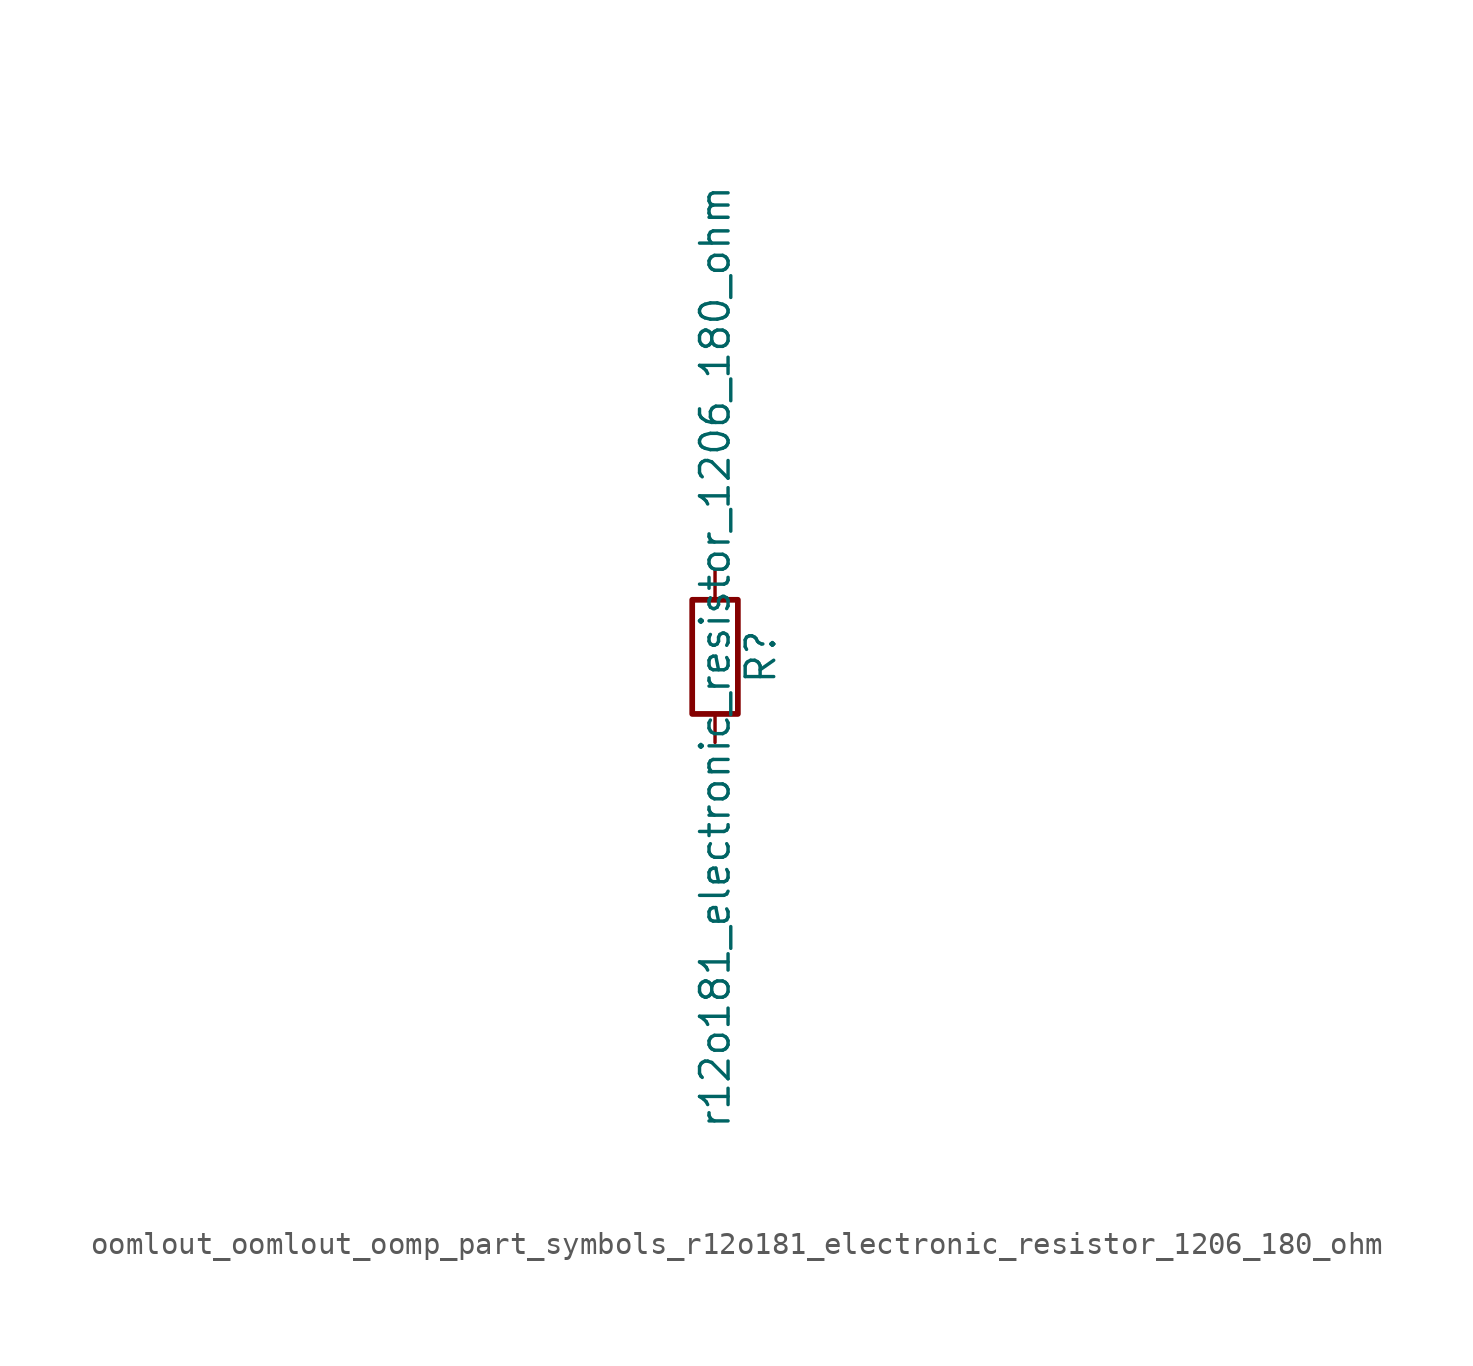
<source format=kicad_sym>
(kicad_symbol_lib
  (version 20220914)
  (generator kicad_symbol_editor)
  (symbol "oomlout_oomlout_oomp_part_symbols_r12o181_electronic_resistor_1206_180_ohm"
    (pin_numbers hide)
    (pin_names
      (offset 0))
    (property "Reference" "R"
      (at 2.032 0 90)
      (effects (font (size 1.27 1.27))))
    (property "Value" "r12o181_electronic_resistor_1206_180_ohm"
      (at 0 0 90)
      (effects (font (size 1.27 1.27))))
    (symbol "oomlout_oomlout_oomp_part_symbols_r12o181_electronic_resistor_1206_180_ohm_0_1"
      (rectangle (start -1.016 -2.54) (end 1.016 2.54) (stroke (width 0.254) (type default)) (fill (type none))))
    (symbol "oomlout_oomlout_oomp_part_symbols_r12o181_electronic_resistor_1206_180_ohm_1_1"
      (pin passive line (at 0 3.81 270) (length 1.27) (name "~" (effects (font (size 1.27 1.27)))) (number "1" (effects (font (size 1.27 1.27)))))
      (pin passive line (at 0 -3.81 90) (length 1.27) (name "~" (effects (font (size 1.27 1.27)))) (number "2" (effects (font (size 1.27 1.27))))))))
</source>
